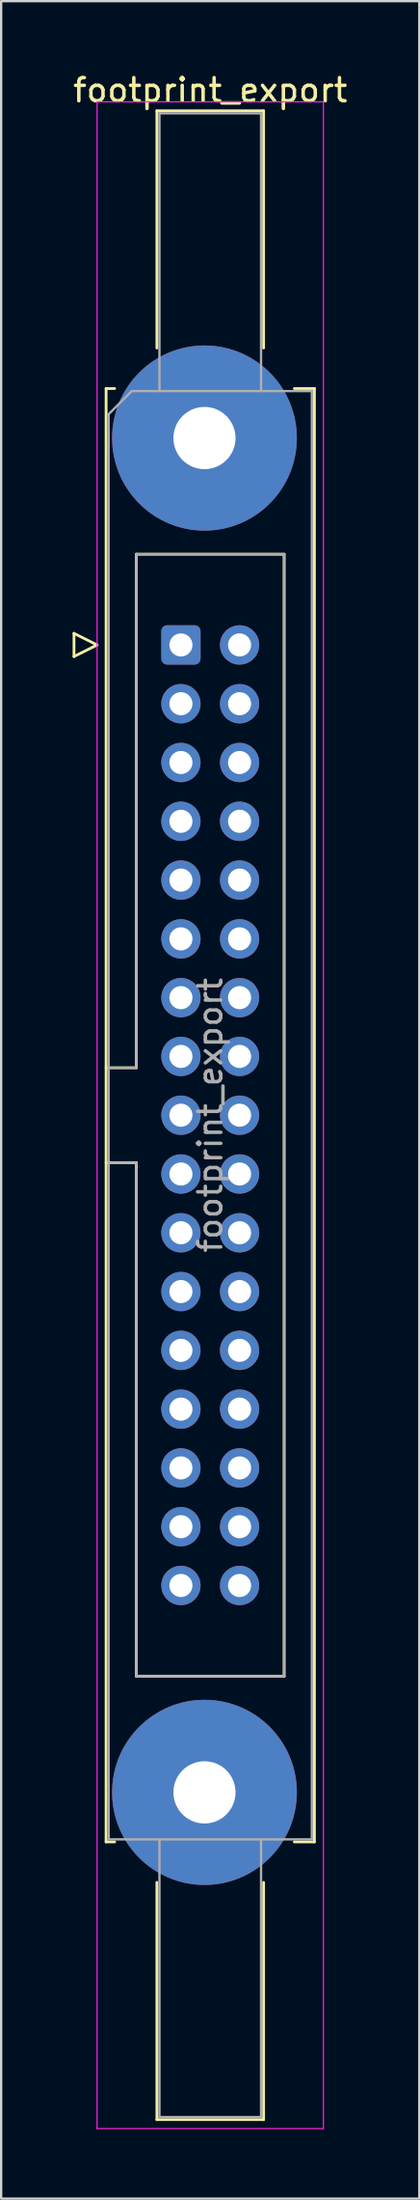
<source format=kicad_pcb>
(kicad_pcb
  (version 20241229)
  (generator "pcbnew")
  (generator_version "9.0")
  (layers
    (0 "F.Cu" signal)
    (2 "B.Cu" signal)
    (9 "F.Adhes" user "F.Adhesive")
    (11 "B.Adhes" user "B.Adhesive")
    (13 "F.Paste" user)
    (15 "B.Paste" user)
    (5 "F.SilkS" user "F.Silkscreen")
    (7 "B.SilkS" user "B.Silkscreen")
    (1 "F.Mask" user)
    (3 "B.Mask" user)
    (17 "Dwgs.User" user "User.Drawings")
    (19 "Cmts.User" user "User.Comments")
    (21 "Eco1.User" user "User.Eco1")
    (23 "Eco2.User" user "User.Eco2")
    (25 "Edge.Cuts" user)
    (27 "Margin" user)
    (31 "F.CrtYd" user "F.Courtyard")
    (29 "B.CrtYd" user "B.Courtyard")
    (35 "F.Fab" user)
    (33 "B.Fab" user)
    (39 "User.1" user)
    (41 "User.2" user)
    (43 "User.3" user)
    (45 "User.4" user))
  (footprint "footprint_export"
    (layer "F.Cu")
    (at 4.784 24.818)
    (property "Reference" "footprint_export" (at 1.27 -23.97 0) (layer "F.SilkS") (effects (font (size 1 1) (thickness 0.15))))
    (attr through_hole)
    (fp_line (start -4.63 -0.5) (end -4.63 0.5) (stroke (width 0.12) (type solid)) (layer "F.SilkS"))
    (fp_line (start -4.63 0.5) (end -3.63 0) (stroke (width 0.12) (type solid)) (layer "F.SilkS"))
    (fp_line (start -3.63 0) (end -4.63 -0.5) (stroke (width 0.12) (type solid)) (layer "F.SilkS"))
    (fp_line (start -3.24 -11.08) (end -3.24 51.72) (stroke (width 0.12) (type solid)) (layer "F.SilkS"))
    (fp_line (start -3.24 18.27) (end -1.93 18.27) (stroke (width 0.12) (type solid)) (layer "F.SilkS"))
    (fp_line (start -3.24 51.72) (end -2.87 51.72) (stroke (width 0.12) (type solid)) (layer "F.SilkS"))
    (fp_line (start -2.87 -11.08) (end -3.24 -11.08) (stroke (width 0.12) (type solid)) (layer "F.SilkS"))
    (fp_line (start -1.93 -3.92) (end 4.47 -3.92) (stroke (width 0.12) (type solid)) (layer "F.SilkS"))
    (fp_line (start -1.93 18.27) (end -1.93 -3.92) (stroke (width 0.12) (type solid)) (layer "F.SilkS"))
    (fp_line (start -1.93 22.37) (end -3.24 22.37) (stroke (width 0.12) (type solid)) (layer "F.SilkS"))
    (fp_line (start -1.93 22.37) (end -1.93 22.37) (stroke (width 0.12) (type solid)) (layer "F.SilkS"))
    (fp_line (start -1.93 44.56) (end -1.93 22.37) (stroke (width 0.12) (type solid)) (layer "F.SilkS"))
    (fp_line (start -1.04 -23.08) (end 3.58 -23.08) (stroke (width 0.12) (type solid)) (layer "F.SilkS"))
    (fp_line (start -1.04 -12.83) (end -1.04 -23.08) (stroke (width 0.12) (type solid)) (layer "F.SilkS"))
    (fp_line (start -1.04 53.47) (end -1.04 63.72) (stroke (width 0.12) (type solid)) (layer "F.SilkS"))
    (fp_line (start -1.04 63.72) (end 3.58 63.72) (stroke (width 0.12) (type solid)) (layer "F.SilkS"))
    (fp_line (start 3.58 -23.08) (end 3.58 -12.83) (stroke (width 0.12) (type solid)) (layer "F.SilkS"))
    (fp_line (start 3.58 63.72) (end 3.58 53.47) (stroke (width 0.12) (type solid)) (layer "F.SilkS"))
    (fp_line (start 4.47 -3.92) (end 4.47 44.56) (stroke (width 0.12) (type solid)) (layer "F.SilkS"))
    (fp_line (start 4.47 44.56) (end -1.93 44.56) (stroke (width 0.12) (type solid)) (layer "F.SilkS"))
    (fp_line (start 4.91 -11.08) (end 5.78 -11.08) (stroke (width 0.12) (type solid)) (layer "F.SilkS"))
    (fp_line (start 5.78 -11.08) (end 5.78 51.72) (stroke (width 0.12) (type solid)) (layer "F.SilkS"))
    (fp_line (start 5.78 51.72) (end 4.91 51.72) (stroke (width 0.12) (type solid)) (layer "F.SilkS"))
    (fp_line (start -3.63 -23.47) (end -3.63 64.11) (stroke (width 0.05) (type solid)) (layer "F.CrtYd"))
    (fp_line (start -3.63 64.11) (end 6.17 64.11) (stroke (width 0.05) (type solid)) (layer "F.CrtYd"))
    (fp_line (start 6.17 -23.47) (end -3.63 -23.47) (stroke (width 0.05) (type solid)) (layer "F.CrtYd"))
    (fp_line (start 6.17 64.11) (end 6.17 -23.47) (stroke (width 0.05) (type solid)) (layer "F.CrtYd"))
    (fp_line (start -3.13 -9.97) (end -2.13 -10.97) (stroke (width 0.1) (type solid)) (layer "F.Fab"))
    (fp_line (start -3.13 18.27) (end -1.93 18.27) (stroke (width 0.1) (type solid)) (layer "F.Fab"))
    (fp_line (start -3.13 51.61) (end -3.13 -9.97) (stroke (width 0.1) (type solid)) (layer "F.Fab"))
    (fp_line (start -2.13 -10.97) (end 5.67 -10.97) (stroke (width 0.1) (type solid)) (layer "F.Fab"))
    (fp_line (start -1.93 -3.92) (end 4.47 -3.92) (stroke (width 0.1) (type solid)) (layer "F.Fab"))
    (fp_line (start -1.93 18.27) (end -1.93 -3.92) (stroke (width 0.1) (type solid)) (layer "F.Fab"))
    (fp_line (start -1.93 22.37) (end -3.13 22.37) (stroke (width 0.1) (type solid)) (layer "F.Fab"))
    (fp_line (start -1.93 22.37) (end -1.93 22.37) (stroke (width 0.1) (type solid)) (layer "F.Fab"))
    (fp_line (start -1.93 44.56) (end -1.93 22.37) (stroke (width 0.1) (type solid)) (layer "F.Fab"))
    (fp_line (start -0.93 -22.97) (end 3.47 -22.97) (stroke (width 0.1) (type solid)) (layer "F.Fab"))
    (fp_line (start -0.93 -10.97) (end -0.93 -22.97) (stroke (width 0.1) (type solid)) (layer "F.Fab"))
    (fp_line (start -0.93 51.61) (end -0.93 63.61) (stroke (width 0.1) (type solid)) (layer "F.Fab"))
    (fp_line (start -0.93 63.61) (end 3.47 63.61) (stroke (width 0.1) (type solid)) (layer "F.Fab"))
    (fp_line (start 3.47 -22.97) (end 3.47 -10.97) (stroke (width 0.1) (type solid)) (layer "F.Fab"))
    (fp_line (start 3.47 63.61) (end 3.47 51.61) (stroke (width 0.1) (type solid)) (layer "F.Fab"))
    (fp_line (start 4.47 -3.92) (end 4.47 44.56) (stroke (width 0.1) (type solid)) (layer "F.Fab"))
    (fp_line (start 4.47 44.56) (end -1.93 44.56) (stroke (width 0.1) (type solid)) (layer "F.Fab"))
    (fp_line (start 5.67 -10.97) (end 5.67 51.61) (stroke (width 0.1) (type solid)) (layer "F.Fab"))
    (fp_line (start 5.67 51.61) (end -3.13 51.61) (stroke (width 0.1) (type solid)) (layer "F.Fab"))
    (fp_text user "${REFERENCE}" (at 1.27 20.32 90) (layer "F.Fab") (effects (font (size 1 1) (thickness 0.15))))
    (pad "1" thru_hole roundrect (at 0 0) (size 1.7 1.7) (drill 1) (layers "*.Cu" "*.Mask") (roundrect_rratio 0.147))
    (pad "2" thru_hole circle (at 2.54 0) (size 1.7 1.7) (drill 1) (layers "*.Cu" "*.Mask"))
    (pad "3" thru_hole circle (at 0 2.54) (size 1.7 1.7) (drill 1) (layers "*.Cu" "*.Mask"))
    (pad "4" thru_hole circle (at 2.54 2.54) (size 1.7 1.7) (drill 1) (layers "*.Cu" "*.Mask"))
    (pad "5" thru_hole circle (at 0 5.08) (size 1.7 1.7) (drill 1) (layers "*.Cu" "*.Mask"))
    (pad "6" thru_hole circle (at 2.54 5.08) (size 1.7 1.7) (drill 1) (layers "*.Cu" "*.Mask"))
    (pad "7" thru_hole circle (at 0 7.62) (size 1.7 1.7) (drill 1) (layers "*.Cu" "*.Mask"))
    (pad "8" thru_hole circle (at 2.54 7.62) (size 1.7 1.7) (drill 1) (layers "*.Cu" "*.Mask"))
    (pad "9" thru_hole circle (at 0 10.16) (size 1.7 1.7) (drill 1) (layers "*.Cu" "*.Mask"))
    (pad "10" thru_hole circle (at 2.54 10.16) (size 1.7 1.7) (drill 1) (layers "*.Cu" "*.Mask"))
    (pad "11" thru_hole circle (at 0 12.7) (size 1.7 1.7) (drill 1) (layers "*.Cu" "*.Mask"))
    (pad "12" thru_hole circle (at 2.54 12.7) (size 1.7 1.7) (drill 1) (layers "*.Cu" "*.Mask"))
    (pad "13" thru_hole circle (at 0 15.24) (size 1.7 1.7) (drill 1) (layers "*.Cu" "*.Mask"))
    (pad "14" thru_hole circle (at 2.54 15.24) (size 1.7 1.7) (drill 1) (layers "*.Cu" "*.Mask"))
    (pad "15" thru_hole circle (at 0 17.78) (size 1.7 1.7) (drill 1) (layers "*.Cu" "*.Mask"))
    (pad "16" thru_hole circle (at 2.54 17.78) (size 1.7 1.7) (drill 1) (layers "*.Cu" "*.Mask"))
    (pad "17" thru_hole circle (at 0 20.32) (size 1.7 1.7) (drill 1) (layers "*.Cu" "*.Mask"))
    (pad "18" thru_hole circle (at 2.54 20.32) (size 1.7 1.7) (drill 1) (layers "*.Cu" "*.Mask"))
    (pad "19" thru_hole circle (at 0 22.86) (size 1.7 1.7) (drill 1) (layers "*.Cu" "*.Mask"))
    (pad "20" thru_hole circle (at 2.54 22.86) (size 1.7 1.7) (drill 1) (layers "*.Cu" "*.Mask"))
    (pad "21" thru_hole circle (at 0 25.4) (size 1.7 1.7) (drill 1) (layers "*.Cu" "*.Mask"))
    (pad "22" thru_hole circle (at 2.54 25.4) (size 1.7 1.7) (drill 1) (layers "*.Cu" "*.Mask"))
    (pad "23" thru_hole circle (at 0 27.94) (size 1.7 1.7) (drill 1) (layers "*.Cu" "*.Mask"))
    (pad "24" thru_hole circle (at 2.54 27.94) (size 1.7 1.7) (drill 1) (layers "*.Cu" "*.Mask"))
    (pad "25" thru_hole circle (at 0 30.48) (size 1.7 1.7) (drill 1) (layers "*.Cu" "*.Mask"))
    (pad "26" thru_hole circle (at 2.54 30.48) (size 1.7 1.7) (drill 1) (layers "*.Cu" "*.Mask"))
    (pad "27" thru_hole circle (at 0 33.02) (size 1.7 1.7) (drill 1) (layers "*.Cu" "*.Mask"))
    (pad "28" thru_hole circle (at 2.54 33.02) (size 1.7 1.7) (drill 1) (layers "*.Cu" "*.Mask"))
    (pad "29" thru_hole circle (at 0 35.56) (size 1.7 1.7) (drill 1) (layers "*.Cu" "*.Mask"))
    (pad "30" thru_hole circle (at 2.54 35.56) (size 1.7 1.7) (drill 1) (layers "*.Cu" "*.Mask"))
    (pad "31" thru_hole circle (at 0 38.1) (size 1.7 1.7) (drill 1) (layers "*.Cu" "*.Mask"))
    (pad "32" thru_hole circle (at 2.54 38.1) (size 1.7 1.7) (drill 1) (layers "*.Cu" "*.Mask"))
    (pad "33" thru_hole circle (at 0 40.64) (size 1.7 1.7) (drill 1) (layers "*.Cu" "*.Mask"))
    (pad "34" thru_hole circle (at 2.54 40.64) (size 1.7 1.7) (drill 1) (layers "*.Cu" "*.Mask"))
    (pad "MP" thru_hole circle (at 1.02 -8.94) (size 8 8) (drill 2.69) (layers "*.Cu" "*.Mask"))
    (pad "MP" thru_hole circle (at 1.02 49.58) (size 8 8) (drill 2.69) (layers "*.Cu" "*.Mask")))
  (gr_rect
    (start -3 -3)
    (end 15.107 91.953)
    (stroke (width 0.1) (type default))
    (fill no)
    (layer "Edge.Cuts")))
</source>
